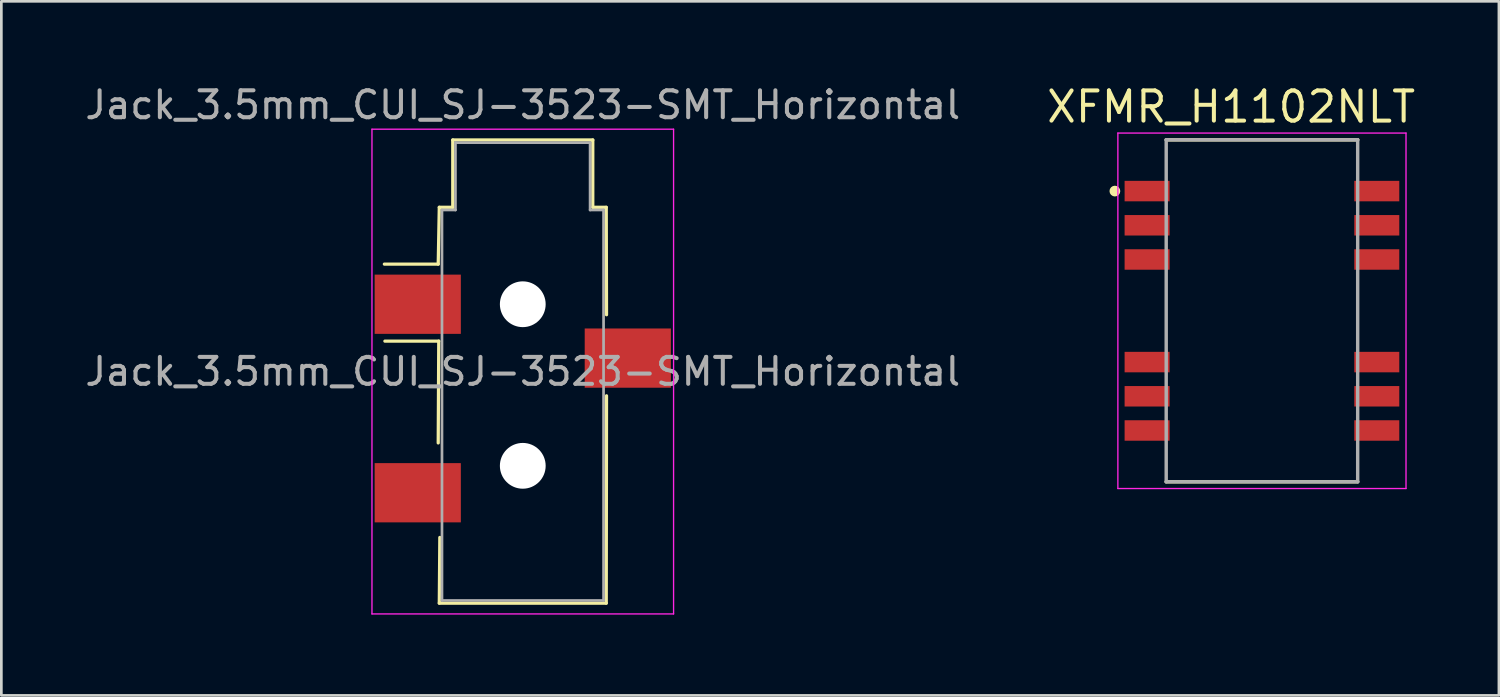
<source format=kicad_pcb>
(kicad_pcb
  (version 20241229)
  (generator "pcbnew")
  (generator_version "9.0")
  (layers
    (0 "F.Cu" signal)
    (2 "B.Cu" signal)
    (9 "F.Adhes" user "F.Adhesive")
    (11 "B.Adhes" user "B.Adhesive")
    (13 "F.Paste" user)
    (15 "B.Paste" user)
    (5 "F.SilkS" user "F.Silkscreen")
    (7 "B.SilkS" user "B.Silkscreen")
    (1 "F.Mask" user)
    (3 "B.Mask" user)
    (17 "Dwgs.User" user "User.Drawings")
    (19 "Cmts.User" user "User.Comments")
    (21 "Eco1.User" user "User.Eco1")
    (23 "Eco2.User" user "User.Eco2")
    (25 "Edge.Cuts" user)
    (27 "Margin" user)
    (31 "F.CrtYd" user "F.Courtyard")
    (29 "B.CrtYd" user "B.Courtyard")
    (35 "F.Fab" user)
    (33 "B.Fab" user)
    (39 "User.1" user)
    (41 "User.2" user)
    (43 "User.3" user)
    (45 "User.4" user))
  (footprint "XFMR_H1102NLT"
    (layer "F.Cu")
    (at 43.812 8.491)
    (property "Reference" "XFMR_H1102NLT" (at -1.144 -7.573 0) (layer "F.SilkS") (effects (font (size 1.121 1.121) (thickness 0.15))))
    (attr smd)
    (fp_line (start -3.555 -6.35) (end 3.555 -6.35) (stroke (width 0.127) (type solid)) (layer "F.SilkS"))
    (fp_line (start -3.555 6.35) (end 3.555 6.35) (stroke (width 0.127) (type solid)) (layer "F.SilkS"))
    (fp_circle (center -5.461 -4.445) (end -5.361 -4.445) (stroke (width 0.2) (type solid)) (fill no) (layer "F.SilkS"))
    (fp_line (start -5.35 -6.6) (end -5.35 6.6) (stroke (width 0.05) (type solid)) (layer "F.CrtYd"))
    (fp_line (start -5.35 6.6) (end 5.35 6.6) (stroke (width 0.05) (type solid)) (layer "F.CrtYd"))
    (fp_line (start 5.35 -6.6) (end -5.35 -6.6) (stroke (width 0.05) (type solid)) (layer "F.CrtYd"))
    (fp_line (start 5.35 6.6) (end 5.35 -6.6) (stroke (width 0.05) (type solid)) (layer "F.CrtYd"))
    (fp_line (start -3.555 -6.35) (end 3.555 -6.35) (stroke (width 0.127) (type solid)) (layer "F.Fab"))
    (fp_line (start -3.555 6.35) (end -3.555 -6.35) (stroke (width 0.127) (type solid)) (layer "F.Fab"))
    (fp_line (start 3.555 -6.35) (end 3.555 6.35) (stroke (width 0.127) (type solid)) (layer "F.Fab"))
    (fp_line (start 3.555 6.35) (end -3.555 6.35) (stroke (width 0.127) (type solid)) (layer "F.Fab"))
    (pad "1" smd rect (at -4.265 -4.445) (size 1.67 0.76) (layers "F.Cu" "F.Mask" "F.Paste"))
    (pad "2" smd rect (at -4.265 -3.175) (size 1.67 0.76) (layers "F.Cu" "F.Mask" "F.Paste"))
    (pad "3" smd rect (at -4.265 -1.905) (size 1.67 0.76) (layers "F.Cu" "F.Mask" "F.Paste"))
    (pad "6" smd rect (at -4.265 1.905) (size 1.67 0.76) (layers "F.Cu" "F.Mask" "F.Paste"))
    (pad "7" smd rect (at -4.265 3.175) (size 1.67 0.76) (layers "F.Cu" "F.Mask" "F.Paste"))
    (pad "8" smd rect (at -4.265 4.445) (size 1.67 0.76) (layers "F.Cu" "F.Mask" "F.Paste"))
    (pad "9" smd rect (at 4.265 4.445) (size 1.67 0.76) (layers "F.Cu" "F.Mask" "F.Paste"))
    (pad "10" smd rect (at 4.265 3.175) (size 1.67 0.76) (layers "F.Cu" "F.Mask" "F.Paste"))
    (pad "11" smd rect (at 4.265 1.905) (size 1.67 0.76) (layers "F.Cu" "F.Mask" "F.Paste"))
    (pad "14" smd rect (at 4.265 -1.905) (size 1.67 0.76) (layers "F.Cu" "F.Mask" "F.Paste"))
    (pad "15" smd rect (at 4.265 -3.175) (size 1.67 0.76) (layers "F.Cu" "F.Mask" "F.Paste"))
    (pad "16" smd rect (at 4.265 -4.445) (size 1.67 0.76) (layers "F.Cu" "F.Mask" "F.Paste")))
  (footprint "Jack_3.5mm_CUI_SJ-3523-SMT_Horizontal"
    (layer "F.Cu")
    (at 16.363 10.748)
    (property "Reference" "Jack_3.5mm_CUI_SJ-3523-SMT_Horizontal" (at 0 -9.9 0) (layer "F.Fab") (effects (font (size 1 1) (thickness 0.15))))
    (attr smd)
    (fp_line (start -3.14 -3.99) (end -5.14 -3.99) (stroke (width 0.12) (type solid)) (layer "F.SilkS"))
    (fp_line (start -3.14 -3.99) (end -3.1 -6.1) (stroke (width 0.12) (type solid)) (layer "F.SilkS"))
    (fp_line (start -3.14 2.65) (end -3.12 -1.13) (stroke (width 0.12) (type solid)) (layer "F.SilkS"))
    (fp_line (start -3.12 -1.13) (end -5.12 -1.13) (stroke (width 0.12) (type solid)) (layer "F.SilkS"))
    (fp_line (start -3.1 -6.1) (end -2.6 -6.1) (stroke (width 0.12) (type solid)) (layer "F.SilkS"))
    (fp_line (start -3.1 8.6) (end -3.08 6.16) (stroke (width 0.12) (type solid)) (layer "F.SilkS"))
    (fp_line (start -2.6 -8.6) (end 2.6 -8.6) (stroke (width 0.12) (type solid)) (layer "F.SilkS"))
    (fp_line (start -2.6 -6.1) (end -2.6 -8.6) (stroke (width 0.12) (type solid)) (layer "F.SilkS"))
    (fp_line (start 2.6 -8.6) (end 2.6 -6.1) (stroke (width 0.12) (type solid)) (layer "F.SilkS"))
    (fp_line (start 2.6 -6.1) (end 3.1 -6.1) (stroke (width 0.12) (type solid)) (layer "F.SilkS"))
    (fp_line (start 3.1 -6.1) (end 3.11 -2.11) (stroke (width 0.12) (type solid)) (layer "F.SilkS"))
    (fp_line (start 3.1 8.6) (end -3.1 8.6) (stroke (width 0.12) (type solid)) (layer "F.SilkS"))
    (fp_line (start 3.11 0.9) (end 3.1 8.6) (stroke (width 0.12) (type solid)) (layer "F.SilkS"))
    (fp_line (start -5.6 -9) (end 5.6 -9) (stroke (width 0.05) (type solid)) (layer "F.CrtYd"))
    (fp_line (start -5.6 9) (end -5.6 -9) (stroke (width 0.05) (type solid)) (layer "F.CrtYd"))
    (fp_line (start 5.6 -9) (end 5.6 9) (stroke (width 0.05) (type solid)) (layer "F.CrtYd"))
    (fp_line (start 5.6 9) (end -5.6 9) (stroke (width 0.05) (type solid)) (layer "F.CrtYd"))
    (fp_line (start -3 -6) (end -2.5 -6) (stroke (width 0.1) (type solid)) (layer "F.Fab"))
    (fp_line (start -3 8.5) (end -3 -6) (stroke (width 0.1) (type solid)) (layer "F.Fab"))
    (fp_line (start -2.5 -8.5) (end 2.5 -8.5) (stroke (width 0.1) (type solid)) (layer "F.Fab"))
    (fp_line (start -2.5 -6) (end -2.5 -8.5) (stroke (width 0.1) (type solid)) (layer "F.Fab"))
    (fp_line (start 2.5 -8.5) (end 2.5 -6) (stroke (width 0.1) (type solid)) (layer "F.Fab"))
    (fp_line (start 2.5 -6) (end 3 -6) (stroke (width 0.1) (type solid)) (layer "F.Fab"))
    (fp_line (start 3 -6) (end 3 8.5) (stroke (width 0.1) (type solid)) (layer "F.Fab"))
    (fp_line (start 3 8.5) (end -3 8.5) (stroke (width 0.1) (type solid)) (layer "F.Fab"))
    (fp_text user "${REFERENCE}" (at 0 0 0) (layer "F.Fab") (effects (font (size 1 1) (thickness 0.15))))
    (pad "" np_thru_hole circle (at 0 -2.5) (size 1.7 1.7) (drill 1.7) (layers "*.Cu" "*.Mask"))
    (pad "" np_thru_hole circle (at 0 3.5) (size 1.7 1.7) (drill 1.7) (layers "*.Cu" "*.Mask"))
    (pad "R" smd rect (at 3.9 -0.5) (size 3.2 2.2) (layers "F.Cu" "F.Mask" "F.Paste"))
    (pad "S" smd rect (at -3.9 -2.5) (size 3.2 2.2) (layers "F.Cu" "F.Mask" "F.Paste"))
    (pad "T" smd rect (at -3.9 4.5) (size 3.2 2.2) (layers "F.Cu" "F.Mask" "F.Paste")))
  (gr_rect
    (start -3 -3)
    (end 52.612 22.773)
    (stroke (width 0.1) (type default))
    (fill no)
    (layer "Edge.Cuts")))
</source>
